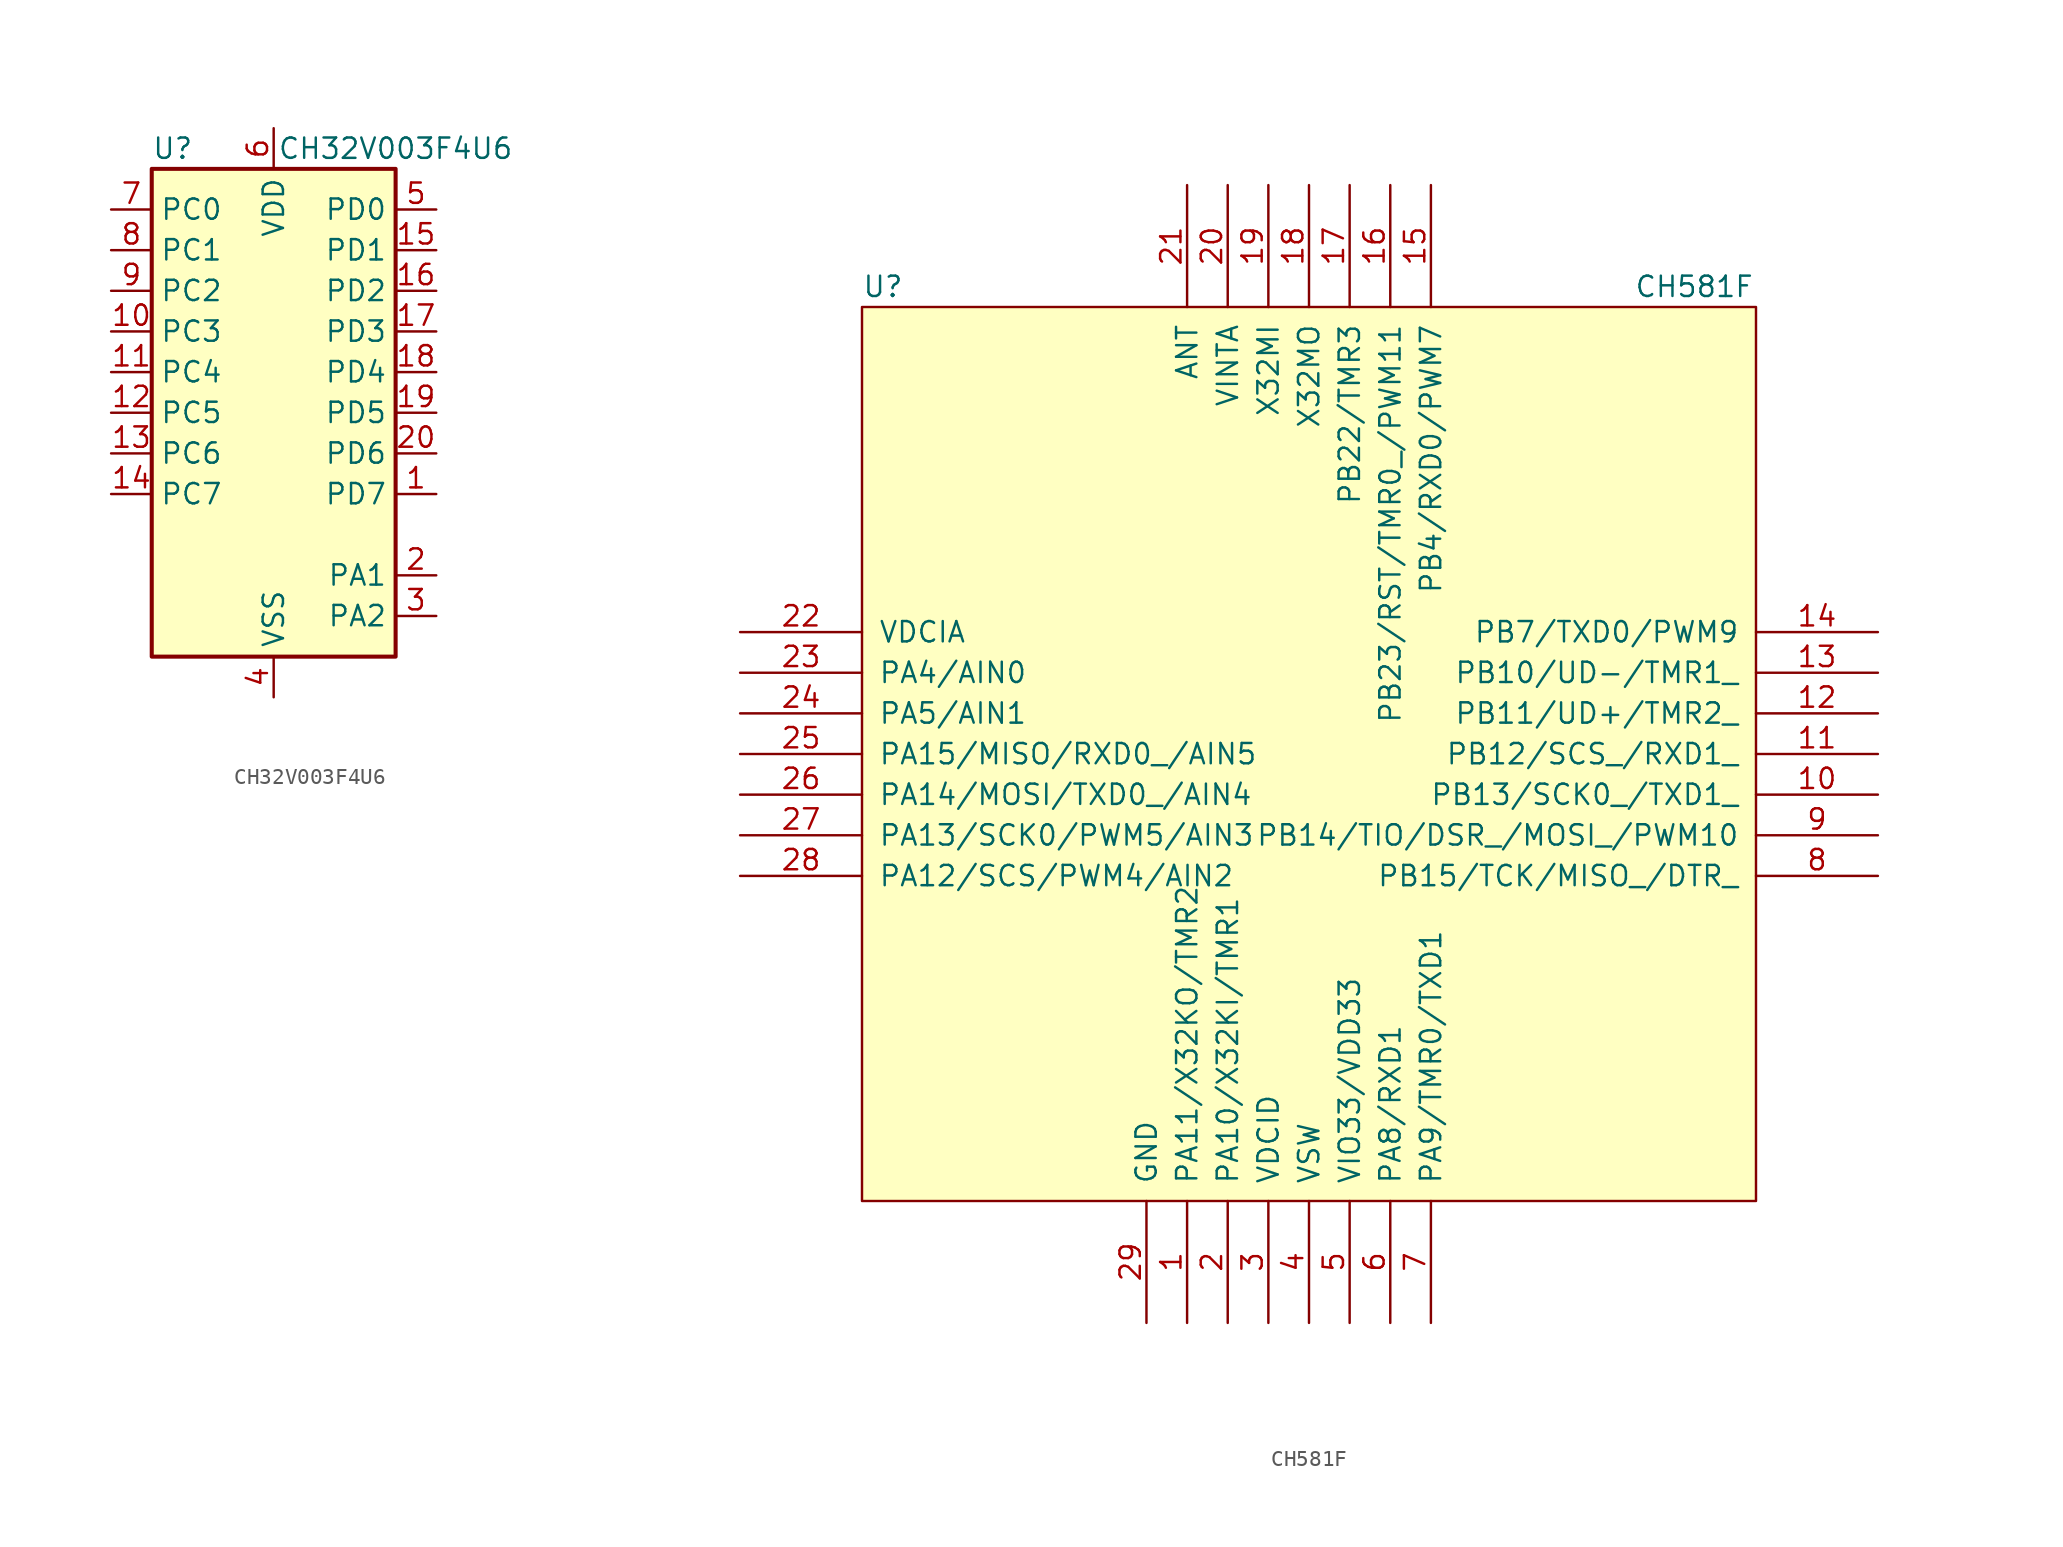
<source format=kicad_sym>
(kicad_symbol_lib
  (version 20241209)
  (generator "kicad_symbol_editor")
  (generator_version "9.0")
  (symbol "CH32V003F4U6"
    (property "Reference" "U"
      (at -7.62 16.51 0)
      (effects (font (size 1.27 1.27)) (justify left)))
    (property "Value" "CH32V003F4U6"
      (at 7.62 16.51 0)
      (effects (font (size 1.27 1.27))))
    (symbol "CH32V003F4U6_1_1"
      (rectangle (start -7.62 15.24) (end 7.62 -15.24) (stroke (width 0.254) (type default)) (fill (type background)))
      (pin bidirectional line (at -10.16 12.7 0) (length 2.54) (name "PC0" (effects (font (size 1.27 1.27)))) (number "7" (effects (font (size 1.27 1.27)))) (alternate "NSS_1" bidirectional line) (alternate "T1CH3_1" bidirectional line) (alternate "T2CH3" bidirectional line) (alternate "T2CH3_2" bidirectional line) (alternate "UTX_3" bidirectional line))
      (pin bidirectional line (at -10.16 10.16 0) (length 2.54) (name "PC1" (effects (font (size 1.27 1.27)))) (number "8" (effects (font (size 1.27 1.27)))) (alternate "NSS" bidirectional line) (alternate "SDA" bidirectional line) (alternate "T1BKIN_1" bidirectional line) (alternate "T1BKIN_3" bidirectional line) (alternate "T2CH1ETR_2" bidirectional line) (alternate "T2CH1ETR_3" bidirectional line) (alternate "T2CH4_1" bidirectional line) (alternate "URX_3" bidirectional line))
      (pin bidirectional line (at -10.16 7.62 0) (length 2.54) (name "PC2" (effects (font (size 1.27 1.27)))) (number "9" (effects (font (size 1.27 1.27)))) (alternate "AETR_1" bidirectional line) (alternate "SCL" bidirectional line) (alternate "T1BKIN" bidirectional line) (alternate "T1BKIN_2" bidirectional line) (alternate "T1ETR_3" bidirectional line) (alternate "T2CH2_1" bidirectional line) (alternate "URTS" bidirectional line) (alternate "URTS_1" bidirectional line))
      (pin bidirectional line (at -10.16 5.08 0) (length 2.54) (name "PC3" (effects (font (size 1.27 1.27)))) (number "10" (effects (font (size 1.27 1.27)))) (alternate "T1CH1N_1" bidirectional line) (alternate "T1CH1N_3" bidirectional line) (alternate "T1CH3" bidirectional line) (alternate "T1CH3_2" bidirectional line) (alternate "UCTS_1" bidirectional line))
      (pin bidirectional line (at -10.16 2.54 0) (length 2.54) (name "PC4" (effects (font (size 1.27 1.27)))) (number "11" (effects (font (size 1.27 1.27)))) (alternate "A2" bidirectional line) (alternate "MCO" bidirectional line) (alternate "T1CH1_3" bidirectional line) (alternate "T1CH2N_1" bidirectional line) (alternate "T1CH4" bidirectional line) (alternate "T1CH4_2" bidirectional line))
      (pin bidirectional line (at -10.16 0 0) (length 2.54) (name "PC5" (effects (font (size 1.27 1.27)))) (number "12" (effects (font (size 1.27 1.27)))) (alternate "SCK" bidirectional line) (alternate "SCK_1" bidirectional line) (alternate "SCL_2" bidirectional line) (alternate "SCL_3" bidirectional line) (alternate "T1CH3_3" bidirectional line) (alternate "T1ETR" bidirectional line) (alternate "T1ETR_1" bidirectional line) (alternate "T2CH1ETR_1" bidirectional line) (alternate "UCK_3" bidirectional line))
      (pin bidirectional line (at -10.16 -2.54 0) (length 2.54) (name "PC6" (effects (font (size 1.27 1.27)))) (number "13" (effects (font (size 1.27 1.27)))) (alternate "MOSI" bidirectional line) (alternate "MOSI_1" bidirectional line) (alternate "SDA_2" bidirectional line) (alternate "SDA_3" bidirectional line) (alternate "T1CH1_1" bidirectional line) (alternate "T1CH3N_3" bidirectional line) (alternate "UCTS_2" bidirectional line) (alternate "UCTS_3" bidirectional line))
      (pin bidirectional line (at -10.16 -5.08 0) (length 2.54) (name "PC7" (effects (font (size 1.27 1.27)))) (number "14" (effects (font (size 1.27 1.27)))) (alternate "MISO" bidirectional line) (alternate "MISO_1" bidirectional line) (alternate "T1CH2_1" bidirectional line) (alternate "T1CH2_3" bidirectional line) (alternate "T2CH2_3" bidirectional line) (alternate "URTS_2" bidirectional line) (alternate "URTS_3" bidirectional line))
      (pin power_in line (at 0 17.78 270) (length 2.54) (name "VDD" (effects (font (size 1.27 1.27)))) (number "6" (effects (font (size 1.27 1.27)))))
      (pin passive line (at 0 -17.78 90) (length 2.54) (hide yes) (name "VSS" (effects (font (size 1.27 1.27)))) (number "21" (effects (font (size 1.27 1.27)))))
      (pin power_in line (at 0 -17.78 90) (length 2.54) (name "VSS" (effects (font (size 1.27 1.27)))) (number "4" (effects (font (size 1.27 1.27)))))
      (pin bidirectional line (at 10.16 12.7 180) (length 2.54) (name "PD0" (effects (font (size 1.27 1.27)))) (number "5" (effects (font (size 1.27 1.27)))) (alternate "OPN1" bidirectional line) (alternate "SDA_1" bidirectional line) (alternate "TICH1N" bidirectional line) (alternate "TICH1N_2" bidirectional line) (alternate "UTX_1" bidirectional line))
      (pin bidirectional line (at 10.16 10.16 180) (length 2.54) (name "PD1" (effects (font (size 1.27 1.27)))) (number "15" (effects (font (size 1.27 1.27)))) (alternate "AETR2" bidirectional line) (alternate "SCL_1" bidirectional line) (alternate "SWIO" bidirectional line) (alternate "T1CH3N" bidirectional line) (alternate "T1CH3N_1" bidirectional line) (alternate "T1CH3N_2" bidirectional line) (alternate "URX_1" bidirectional line))
      (pin bidirectional line (at 10.16 7.62 180) (length 2.54) (name "PD2" (effects (font (size 1.27 1.27)))) (number "16" (effects (font (size 1.27 1.27)))) (alternate "A3" bidirectional line) (alternate "T1CH1" bidirectional line) (alternate "T1CH1_2" bidirectional line) (alternate "T1CH2N_3" bidirectional line) (alternate "T2CH3_1" bidirectional line))
      (pin bidirectional line (at 10.16 5.08 180) (length 2.54) (name "PD3" (effects (font (size 1.27 1.27)))) (number "17" (effects (font (size 1.27 1.27)))) (alternate "A4" bidirectional line) (alternate "AETR" bidirectional line) (alternate "T1CH4_1" bidirectional line) (alternate "T2CH2" bidirectional line) (alternate "T2CH2_2" bidirectional line) (alternate "UCTS" bidirectional line))
      (pin bidirectional line (at 10.16 2.54 180) (length 2.54) (name "PD4" (effects (font (size 1.27 1.27)))) (number "18" (effects (font (size 1.27 1.27)))) (alternate "A7" bidirectional line) (alternate "OPO" bidirectional line) (alternate "T1CH4_3" bidirectional line) (alternate "T2CH1ETR" bidirectional line) (alternate "TIETR_2" bidirectional line) (alternate "UCK" bidirectional line))
      (pin bidirectional line (at 10.16 0 180) (length 2.54) (name "PD5" (effects (font (size 1.27 1.27)))) (number "19" (effects (font (size 1.27 1.27)))) (alternate "A5" bidirectional line) (alternate "T2CH4_3" bidirectional line) (alternate "URX_2" bidirectional line) (alternate "UTX" bidirectional line))
      (pin bidirectional line (at 10.16 -2.54 180) (length 2.54) (name "PD6" (effects (font (size 1.27 1.27)))) (number "20" (effects (font (size 1.27 1.27)))) (alternate "A6" bidirectional line) (alternate "T2CH3_3" bidirectional line) (alternate "URX" bidirectional line) (alternate "UTX_2" bidirectional line))
      (pin bidirectional line (at 10.16 -5.08 180) (length 2.54) (name "PD7" (effects (font (size 1.27 1.27)))) (number "1" (effects (font (size 1.27 1.27)))) (alternate "NRST" bidirectional line) (alternate "OPP1" bidirectional line) (alternate "T2CH4" bidirectional line) (alternate "T2CH4_2" bidirectional line) (alternate "UCK_1" bidirectional line) (alternate "UCK_2" bidirectional line))
      (pin bidirectional line (at 10.16 -10.16 180) (length 2.54) (name "PA1" (effects (font (size 1.27 1.27)))) (number "2" (effects (font (size 1.27 1.27)))) (alternate "A1" bidirectional line) (alternate "OPN0" bidirectional line) (alternate "OSCI" bidirectional line) (alternate "T1CH2" bidirectional line) (alternate "T1CH2_2" bidirectional line))
      (pin bidirectional line (at 10.16 -12.7 180) (length 2.54) (name "PA2" (effects (font (size 1.27 1.27)))) (number "3" (effects (font (size 1.27 1.27)))) (alternate "A0" bidirectional line) (alternate "AETR2_1" bidirectional line) (alternate "OPP0" bidirectional line) (alternate "OSCO" bidirectional line) (alternate "TICH2N" bidirectional line) (alternate "TICH2N_2" bidirectional line))))
  (symbol "CH581F"
    (pin_names
      (offset 1.016))
    (property "Reference" "U"
      (at -27.94 29.21 0)
      (effects (font (size 1.27 1.27)) (justify left)))
    (property "Value" "CH581F"
      (at 20.32 29.21 0)
      (effects (font (size 1.27 1.27)) (justify left)))
    (symbol "CH581F_0_1"
      (rectangle (start -27.94 27.94) (end 27.94 -27.94) (stroke (width 0) (type default)) (fill (type background))))
    (symbol "CH581F_1_1"
      (pin power_in line (at -35.56 7.62 0) (length 7.62) (name "VDCIA" (effects (font (size 1.27 1.27)))) (number "22" (effects (font (size 1.27 1.27)))))
      (pin bidirectional line (at -35.56 5.08 0) (length 7.62) (name "PA4/AIN0" (effects (font (size 1.27 1.27)))) (number "23" (effects (font (size 1.27 1.27)))))
      (pin bidirectional line (at -35.56 2.54 0) (length 7.62) (name "PA5/AIN1" (effects (font (size 1.27 1.27)))) (number "24" (effects (font (size 1.27 1.27)))))
      (pin bidirectional line (at -35.56 0 0) (length 7.62) (name "PA15/MISO/RXD0_/AIN5" (effects (font (size 1.27 1.27)))) (number "25" (effects (font (size 1.27 1.27)))))
      (pin bidirectional line (at -35.56 -2.54 0) (length 7.62) (name "PA14/MOSI/TXD0_/AIN4" (effects (font (size 1.27 1.27)))) (number "26" (effects (font (size 1.27 1.27)))))
      (pin bidirectional line (at -35.56 -5.08 0) (length 7.62) (name "PA13/SCK0/PWM5/AIN3" (effects (font (size 1.27 1.27)))) (number "27" (effects (font (size 1.27 1.27)))))
      (pin bidirectional line (at -35.56 -7.62 0) (length 7.62) (name "PA12/SCS/PWM4/AIN2" (effects (font (size 1.27 1.27)))) (number "28" (effects (font (size 1.27 1.27)))))
      (pin power_in line (at -10.16 -35.56 90) (length 7.62) (name "GND" (effects (font (size 1.27 1.27)))) (number "29" (effects (font (size 1.27 1.27)))))
      (pin bidirectional line (at -7.62 35.56 270) (length 7.62) (name "ANT" (effects (font (size 1.27 1.27)))) (number "21" (effects (font (size 1.27 1.27)))))
      (pin bidirectional line (at -7.62 -35.56 90) (length 7.62) (name "PA11/X32KO/TMR2" (effects (font (size 1.27 1.27)))) (number "1" (effects (font (size 1.27 1.27)))))
      (pin power_in line (at -5.08 35.56 270) (length 7.62) (name "VINTA" (effects (font (size 1.27 1.27)))) (number "20" (effects (font (size 1.27 1.27)))))
      (pin bidirectional line (at -5.08 -35.56 90) (length 7.62) (name "PA10/X32KI/TMR1" (effects (font (size 1.27 1.27)))) (number "2" (effects (font (size 1.27 1.27)))))
      (pin input line (at -2.54 35.56 270) (length 7.62) (name "X32MI" (effects (font (size 1.27 1.27)))) (number "19" (effects (font (size 1.27 1.27)))))
      (pin power_in line (at -2.54 -35.56 90) (length 7.62) (name "VDCID" (effects (font (size 1.27 1.27)))) (number "3" (effects (font (size 1.27 1.27)))))
      (pin output line (at 0 35.56 270) (length 7.62) (name "X32MO" (effects (font (size 1.27 1.27)))) (number "18" (effects (font (size 1.27 1.27)))))
      (pin power_in line (at 0 -35.56 90) (length 7.62) (name "VSW" (effects (font (size 1.27 1.27)))) (number "4" (effects (font (size 1.27 1.27)))))
      (pin bidirectional line (at 2.54 35.56 270) (length 7.62) (name "PB22/TMR3" (effects (font (size 1.27 1.27)))) (number "17" (effects (font (size 1.27 1.27)))))
      (pin power_in line (at 2.54 -35.56 90) (length 7.62) (name "VIO33/VDD33" (effects (font (size 1.27 1.27)))) (number "5" (effects (font (size 1.27 1.27)))))
      (pin bidirectional line (at 5.08 35.56 270) (length 7.62) (name "PB23/RST/TMR0_/PWM11" (effects (font (size 1.27 1.27)))) (number "16" (effects (font (size 1.27 1.27)))))
      (pin bidirectional line (at 5.08 -35.56 90) (length 7.62) (name "PA8/RXD1" (effects (font (size 1.27 1.27)))) (number "6" (effects (font (size 1.27 1.27)))))
      (pin bidirectional line (at 7.62 35.56 270) (length 7.62) (name "PB4/RXD0/PWM7" (effects (font (size 1.27 1.27)))) (number "15" (effects (font (size 1.27 1.27)))))
      (pin bidirectional line (at 7.62 -35.56 90) (length 7.62) (name "PA9/TMR0/TXD1" (effects (font (size 1.27 1.27)))) (number "7" (effects (font (size 1.27 1.27)))))
      (pin bidirectional line (at 35.56 7.62 180) (length 7.62) (name "PB7/TXD0/PWM9" (effects (font (size 1.27 1.27)))) (number "14" (effects (font (size 1.27 1.27)))))
      (pin bidirectional line (at 35.56 5.08 180) (length 7.62) (name "PB10/UD-/TMR1_" (effects (font (size 1.27 1.27)))) (number "13" (effects (font (size 1.27 1.27)))))
      (pin bidirectional line (at 35.56 2.54 180) (length 7.62) (name "PB11/UD+/TMR2_" (effects (font (size 1.27 1.27)))) (number "12" (effects (font (size 1.27 1.27)))))
      (pin bidirectional line (at 35.56 0 180) (length 7.62) (name "PB12/SCS_/RXD1_" (effects (font (size 1.27 1.27)))) (number "11" (effects (font (size 1.27 1.27)))))
      (pin bidirectional line (at 35.56 -2.54 180) (length 7.62) (name "PB13/SCK0_/TXD1_" (effects (font (size 1.27 1.27)))) (number "10" (effects (font (size 1.27 1.27)))))
      (pin bidirectional line (at 35.56 -5.08 180) (length 7.62) (name "PB14/TIO/DSR_/MOSI_/PWM10" (effects (font (size 1.27 1.27)))) (number "9" (effects (font (size 1.27 1.27)))))
      (pin bidirectional line (at 35.56 -7.62 180) (length 7.62) (name "PB15/TCK/MISO_/DTR_" (effects (font (size 1.27 1.27)))) (number "8" (effects (font (size 1.27 1.27))))))))
</source>
